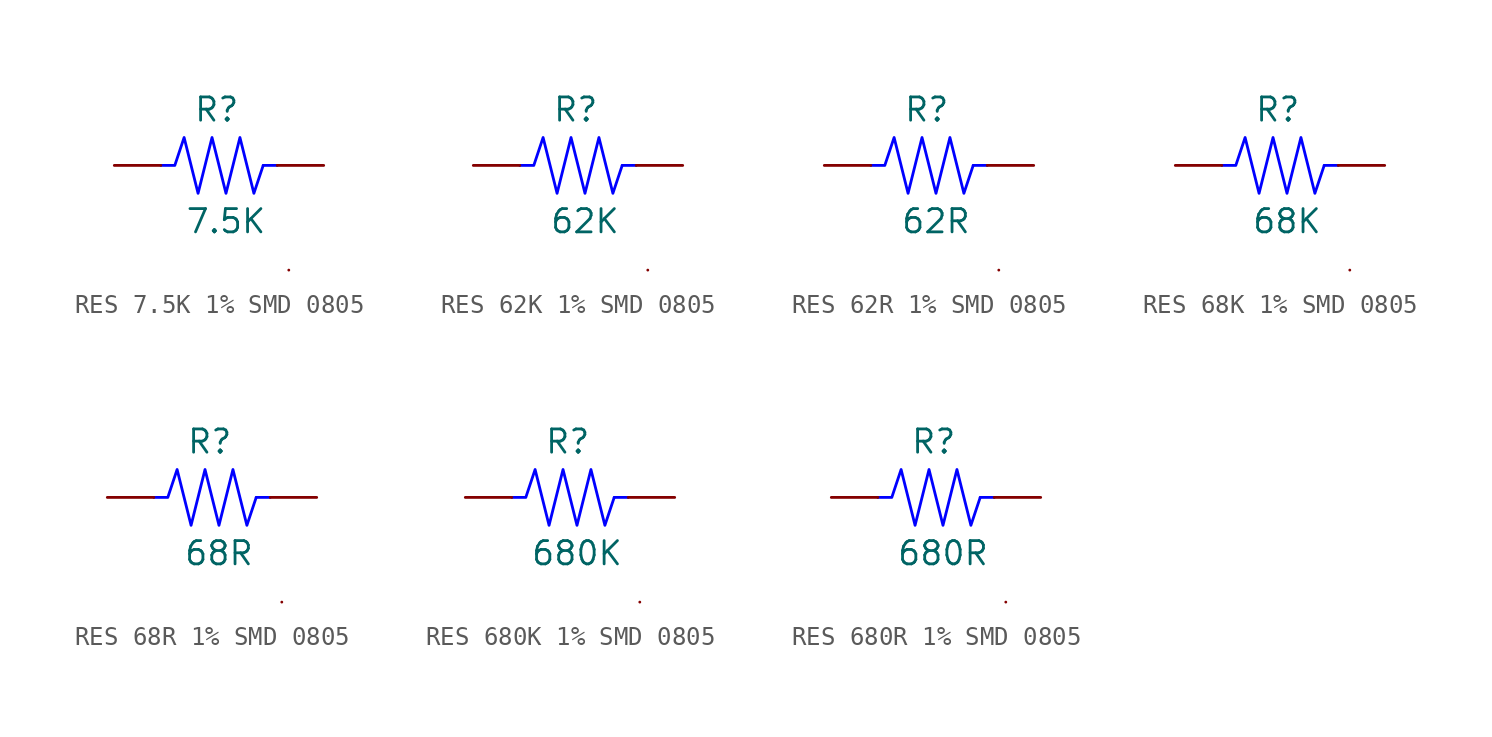
<source format=kicad_sym>
(kicad_symbol_lib
  (version 20231120)
  (generator "kicad_symbol_editor")
  (generator_version "8.0")
  (symbol "RES 7.5K 1% SMD 0805"
    (pin_numbers hide)
    (pin_names
      (offset 0) hide)
    (property "Reference" "R"
      (at -0.762 3.048 0)
      (effects (font (size 1.27 1.27))))
    (property "Value" "7.5K"
      (at -0.254 -3.048 0)
      (effects (font (size 1.27 1.27))))
    (symbol "RES 7.5K 1% SMD 0805_0_1"
      (polyline (pts (xy 1.778 0) (xy 2.54 0)) (stroke (width 0) (type default) (color 0 0 255 1)) (fill (type none)))
      (polyline (pts (xy 3.175 -5.715) (xy 3.175 -5.715)) (stroke (width 0) (type default)) (fill (type none)))
      (polyline (pts (xy -3.81 0) (xy -3.048 0) (xy -2.54 1.524) (xy -1.778 -1.524) (xy -1.016 1.524) (xy -0.254 -1.524) (xy 0.508 1.524) (xy 1.27 -1.524) (xy 1.778 0)) (stroke (width 0) (type default) (color 0 0 255 1)) (fill (type none))))
    (symbol "RES 7.5K 1% SMD 0805_1_1"
      (pin passive line (at -6.35 0 0) (length 2.54) (name "1" (effects (font (size 1.27 1.27)))) (number "1" (effects (font (size 1.27 1.27)))))
      (pin passive line (at 5.08 0 180) (length 2.54) (name "2" (effects (font (size 1.27 1.27)))) (number "2" (effects (font (size 1.27 1.27)))))))
  (symbol "RES 62K 1% SMD 0805"
    (pin_numbers hide)
    (pin_names
      (offset 0) hide)
    (property "Reference" "R"
      (at -0.762 3.048 0)
      (effects (font (size 1.27 1.27))))
    (property "Value" "62K"
      (at -0.254 -3.048 0)
      (effects (font (size 1.27 1.27))))
    (symbol "RES 62K 1% SMD 0805_0_1"
      (polyline (pts (xy 1.778 0) (xy 2.54 0)) (stroke (width 0) (type default) (color 0 0 255 1)) (fill (type none)))
      (polyline (pts (xy 3.175 -5.715) (xy 3.175 -5.715)) (stroke (width 0) (type default)) (fill (type none)))
      (polyline (pts (xy -3.81 0) (xy -3.048 0) (xy -2.54 1.524) (xy -1.778 -1.524) (xy -1.016 1.524) (xy -0.254 -1.524) (xy 0.508 1.524) (xy 1.27 -1.524) (xy 1.778 0)) (stroke (width 0) (type default) (color 0 0 255 1)) (fill (type none))))
    (symbol "RES 62K 1% SMD 0805_1_1"
      (pin passive line (at -6.35 0 0) (length 2.54) (name "1" (effects (font (size 1.27 1.27)))) (number "1" (effects (font (size 1.27 1.27)))))
      (pin passive line (at 5.08 0 180) (length 2.54) (name "2" (effects (font (size 1.27 1.27)))) (number "2" (effects (font (size 1.27 1.27)))))))
  (symbol "RES 62R 1% SMD 0805"
    (pin_numbers hide)
    (pin_names
      (offset 0) hide)
    (property "Reference" "R"
      (at -0.762 3.048 0)
      (effects (font (size 1.27 1.27))))
    (property "Value" "62R"
      (at -0.254 -3.048 0)
      (effects (font (size 1.27 1.27))))
    (symbol "RES 62R 1% SMD 0805_0_1"
      (polyline (pts (xy 1.778 0) (xy 2.54 0)) (stroke (width 0) (type default) (color 0 0 255 1)) (fill (type none)))
      (polyline (pts (xy 3.175 -5.715) (xy 3.175 -5.715)) (stroke (width 0) (type default)) (fill (type none)))
      (polyline (pts (xy -3.81 0) (xy -3.048 0) (xy -2.54 1.524) (xy -1.778 -1.524) (xy -1.016 1.524) (xy -0.254 -1.524) (xy 0.508 1.524) (xy 1.27 -1.524) (xy 1.778 0)) (stroke (width 0) (type default) (color 0 0 255 1)) (fill (type none))))
    (symbol "RES 62R 1% SMD 0805_1_1"
      (pin passive line (at -6.35 0 0) (length 2.54) (name "1" (effects (font (size 1.27 1.27)))) (number "1" (effects (font (size 1.27 1.27)))))
      (pin passive line (at 5.08 0 180) (length 2.54) (name "2" (effects (font (size 1.27 1.27)))) (number "2" (effects (font (size 1.27 1.27)))))))
  (symbol "RES 68K 1% SMD 0805"
    (pin_numbers hide)
    (pin_names
      (offset 0) hide)
    (property "Reference" "R"
      (at -0.762 3.048 0)
      (effects (font (size 1.27 1.27))))
    (property "Value" "68K"
      (at -0.254 -3.048 0)
      (effects (font (size 1.27 1.27))))
    (symbol "RES 68K 1% SMD 0805_0_1"
      (polyline (pts (xy 1.778 0) (xy 2.54 0)) (stroke (width 0) (type default) (color 0 0 255 1)) (fill (type none)))
      (polyline (pts (xy 3.175 -5.715) (xy 3.175 -5.715)) (stroke (width 0) (type default)) (fill (type none)))
      (polyline (pts (xy -3.81 0) (xy -3.048 0) (xy -2.54 1.524) (xy -1.778 -1.524) (xy -1.016 1.524) (xy -0.254 -1.524) (xy 0.508 1.524) (xy 1.27 -1.524) (xy 1.778 0)) (stroke (width 0) (type default) (color 0 0 255 1)) (fill (type none))))
    (symbol "RES 68K 1% SMD 0805_1_1"
      (pin passive line (at -6.35 0 0) (length 2.54) (name "1" (effects (font (size 1.27 1.27)))) (number "1" (effects (font (size 1.27 1.27)))))
      (pin passive line (at 5.08 0 180) (length 2.54) (name "2" (effects (font (size 1.27 1.27)))) (number "2" (effects (font (size 1.27 1.27)))))))
  (symbol "RES 68R 1% SMD 0805"
    (pin_numbers hide)
    (pin_names
      (offset 0) hide)
    (property "Reference" "R"
      (at -0.762 3.048 0)
      (effects (font (size 1.27 1.27))))
    (property "Value" "68R"
      (at -0.254 -3.048 0)
      (effects (font (size 1.27 1.27))))
    (symbol "RES 68R 1% SMD 0805_0_1"
      (polyline (pts (xy 1.778 0) (xy 2.54 0)) (stroke (width 0) (type default) (color 0 0 255 1)) (fill (type none)))
      (polyline (pts (xy 3.175 -5.715) (xy 3.175 -5.715)) (stroke (width 0) (type default)) (fill (type none)))
      (polyline (pts (xy -3.81 0) (xy -3.048 0) (xy -2.54 1.524) (xy -1.778 -1.524) (xy -1.016 1.524) (xy -0.254 -1.524) (xy 0.508 1.524) (xy 1.27 -1.524) (xy 1.778 0)) (stroke (width 0) (type default) (color 0 0 255 1)) (fill (type none))))
    (symbol "RES 68R 1% SMD 0805_1_1"
      (pin passive line (at -6.35 0 0) (length 2.54) (name "1" (effects (font (size 1.27 1.27)))) (number "1" (effects (font (size 1.27 1.27)))))
      (pin passive line (at 5.08 0 180) (length 2.54) (name "2" (effects (font (size 1.27 1.27)))) (number "2" (effects (font (size 1.27 1.27)))))))
  (symbol "RES 680K 1% SMD 0805"
    (pin_numbers hide)
    (pin_names
      (offset 0) hide)
    (property "Reference" "R"
      (at -0.762 3.048 0)
      (effects (font (size 1.27 1.27))))
    (property "Value" "680K"
      (at -0.254 -3.048 0)
      (effects (font (size 1.27 1.27))))
    (symbol "RES 680K 1% SMD 0805_0_1"
      (polyline (pts (xy 1.778 0) (xy 2.54 0)) (stroke (width 0) (type default) (color 0 0 255 1)) (fill (type none)))
      (polyline (pts (xy 3.175 -5.715) (xy 3.175 -5.715)) (stroke (width 0) (type default)) (fill (type none)))
      (polyline (pts (xy -3.81 0) (xy -3.048 0) (xy -2.54 1.524) (xy -1.778 -1.524) (xy -1.016 1.524) (xy -0.254 -1.524) (xy 0.508 1.524) (xy 1.27 -1.524) (xy 1.778 0)) (stroke (width 0) (type default) (color 0 0 255 1)) (fill (type none))))
    (symbol "RES 680K 1% SMD 0805_1_1"
      (pin passive line (at -6.35 0 0) (length 2.54) (name "1" (effects (font (size 1.27 1.27)))) (number "1" (effects (font (size 1.27 1.27)))))
      (pin passive line (at 5.08 0 180) (length 2.54) (name "2" (effects (font (size 1.27 1.27)))) (number "2" (effects (font (size 1.27 1.27)))))))
  (symbol "RES 680R 1% SMD 0805"
    (pin_numbers hide)
    (pin_names
      (offset 0) hide)
    (property "Reference" "R"
      (at -0.762 3.048 0)
      (effects (font (size 1.27 1.27))))
    (property "Value" "680R"
      (at -0.254 -3.048 0)
      (effects (font (size 1.27 1.27))))
    (symbol "RES 680R 1% SMD 0805_0_1"
      (polyline (pts (xy 1.778 0) (xy 2.54 0)) (stroke (width 0) (type default) (color 0 0 255 1)) (fill (type none)))
      (polyline (pts (xy 3.175 -5.715) (xy 3.175 -5.715)) (stroke (width 0) (type default)) (fill (type none)))
      (polyline (pts (xy -3.81 0) (xy -3.048 0) (xy -2.54 1.524) (xy -1.778 -1.524) (xy -1.016 1.524) (xy -0.254 -1.524) (xy 0.508 1.524) (xy 1.27 -1.524) (xy 1.778 0)) (stroke (width 0) (type default) (color 0 0 255 1)) (fill (type none))))
    (symbol "RES 680R 1% SMD 0805_1_1"
      (pin passive line (at -6.35 0 0) (length 2.54) (name "1" (effects (font (size 1.27 1.27)))) (number "1" (effects (font (size 1.27 1.27)))))
      (pin passive line (at 5.08 0 180) (length 2.54) (name "2" (effects (font (size 1.27 1.27)))) (number "2" (effects (font (size 1.27 1.27))))))))
</source>
